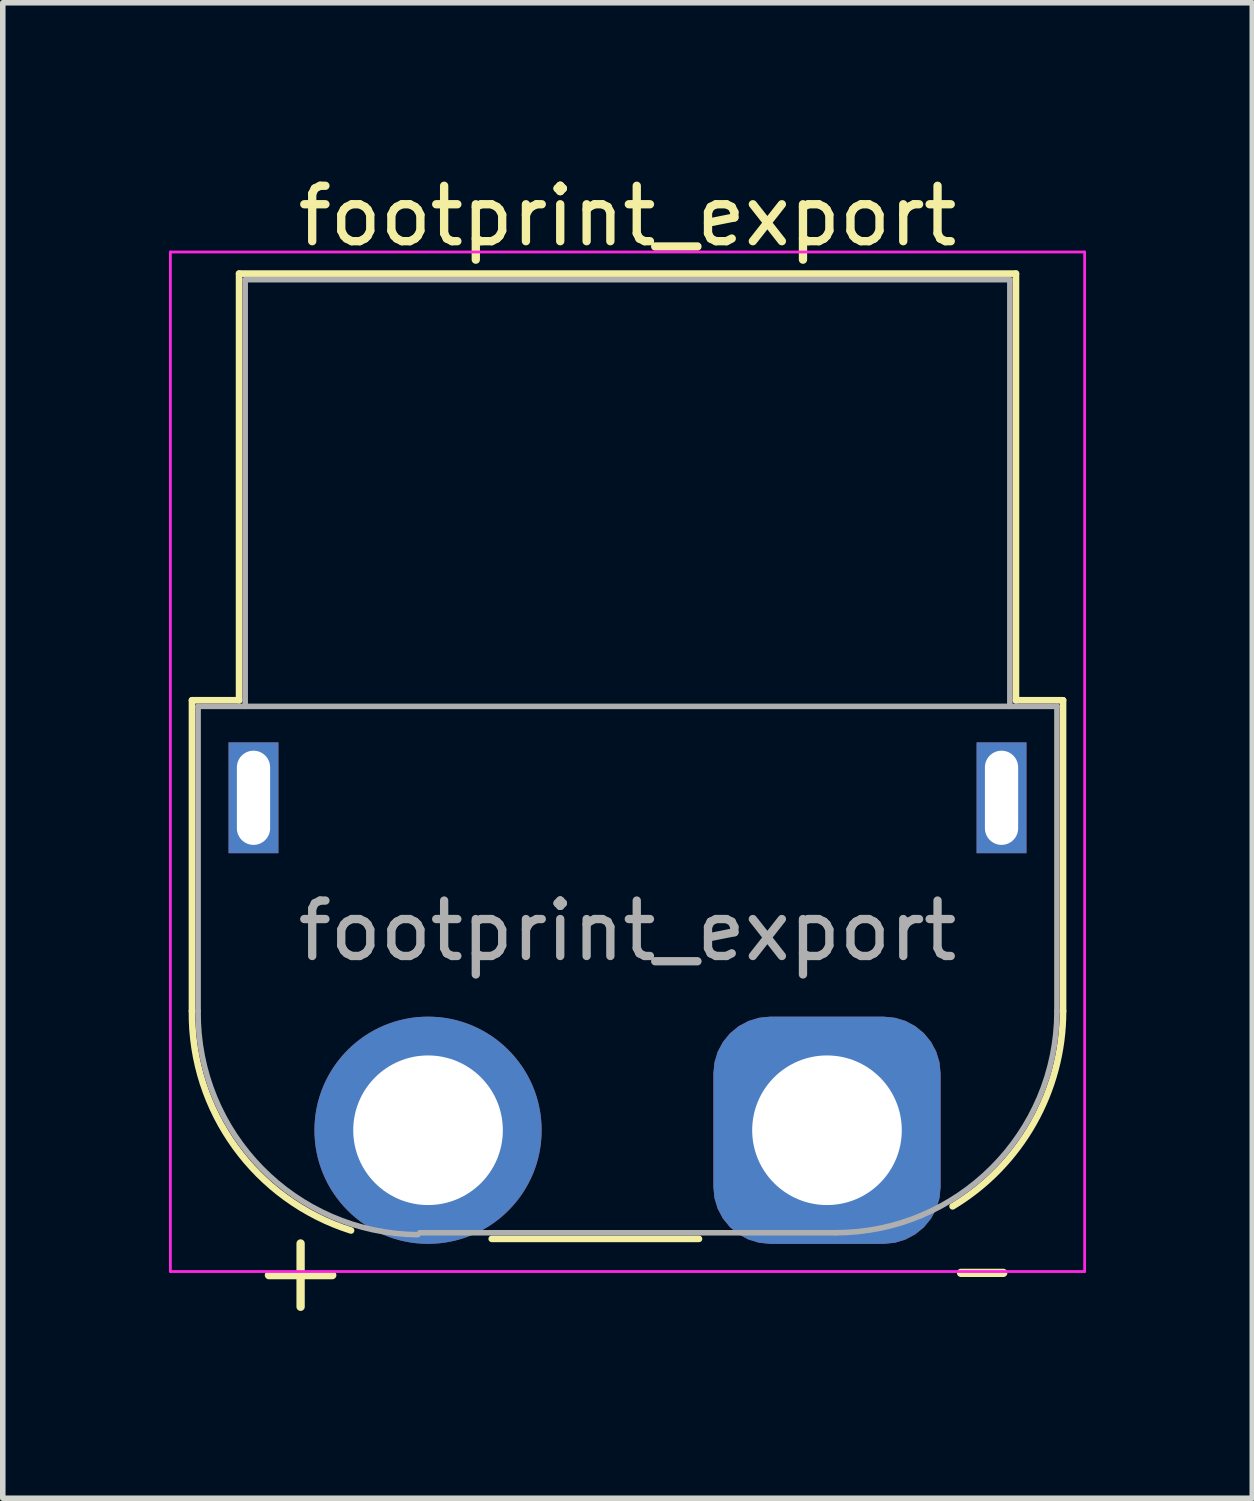
<source format=kicad_pcb>
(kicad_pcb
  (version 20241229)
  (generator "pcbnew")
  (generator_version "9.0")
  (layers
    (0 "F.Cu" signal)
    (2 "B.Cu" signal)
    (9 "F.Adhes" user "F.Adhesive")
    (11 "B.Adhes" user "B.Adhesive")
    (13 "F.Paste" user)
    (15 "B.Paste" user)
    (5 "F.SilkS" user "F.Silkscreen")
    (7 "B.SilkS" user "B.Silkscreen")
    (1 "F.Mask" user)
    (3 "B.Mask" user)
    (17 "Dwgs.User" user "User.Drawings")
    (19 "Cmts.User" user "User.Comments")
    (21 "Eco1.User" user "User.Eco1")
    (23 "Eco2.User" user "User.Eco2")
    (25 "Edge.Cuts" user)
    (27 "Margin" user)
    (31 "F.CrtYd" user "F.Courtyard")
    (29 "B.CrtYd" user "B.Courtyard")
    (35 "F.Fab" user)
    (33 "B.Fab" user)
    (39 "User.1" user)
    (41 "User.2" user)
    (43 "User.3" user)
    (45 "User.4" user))
  (footprint "footprint_export"
    (layer "F.Cu")
    (at 11.875 17.348)
    (property "Reference" "footprint_export" (at -3.6 -16.5 0) (layer "F.SilkS") (effects (font (size 1 1) (thickness 0.15))))
    (attr through_hole)
    (fp_line (start -11.46 -7.76) (end -11.46 -2.15) (stroke (width 0.12) (type solid)) (layer "F.SilkS"))
    (fp_line (start -11.46 -7.76) (end -10.61 -7.76) (stroke (width 0.12) (type solid)) (layer "F.SilkS"))
    (fp_line (start -10.61 -15.46) (end -10.61 -7.76) (stroke (width 0.12) (type solid)) (layer "F.SilkS"))
    (fp_line (start -10.61 -15.46) (end 3.41 -15.46) (stroke (width 0.12) (type solid)) (layer "F.SilkS"))
    (fp_line (start -6.05 1.96) (end -2.31 1.96) (stroke (width 0.12) (type solid)) (layer "F.SilkS"))
    (fp_line (start 3.41 -15.46) (end 3.41 -7.76) (stroke (width 0.12) (type solid)) (layer "F.SilkS"))
    (fp_line (start 3.41 -7.76) (end 4.26 -7.76) (stroke (width 0.12) (type solid)) (layer "F.SilkS"))
    (fp_line (start 4.26 -7.76) (end 4.26 -2.15) (stroke (width 0.12) (type solid)) (layer "F.SilkS"))
    (fp_arc (start -8.5899 1.808718) (mid -10.677645 0.302568) (end -11.46 -2.15) (stroke (width 0.12) (type solid)) (layer "F.SilkS"))
    (fp_arc (start 4.26 -2.15) (mid 3.727162 -0.126139) (end 2.266806 1.372958) (stroke (width 0.12) (type solid)) (layer "F.SilkS"))
    (fp_line (start -11.85 -15.85) (end -11.85 2.55) (stroke (width 0.05) (type solid)) (layer "F.CrtYd"))
    (fp_line (start -11.85 -15.85) (end 4.65 -15.85) (stroke (width 0.05) (type solid)) (layer "F.CrtYd"))
    (fp_line (start 4.65 2.55) (end -11.85 2.55) (stroke (width 0.05) (type solid)) (layer "F.CrtYd"))
    (fp_line (start 4.65 2.55) (end 4.65 -15.85) (stroke (width 0.05) (type solid)) (layer "F.CrtYd"))
    (fp_line (start -11.35 -7.65) (end -11.35 -2.15) (stroke (width 0.1) (type solid)) (layer "F.Fab"))
    (fp_line (start -11.35 -7.65) (end 4.15 -7.65) (stroke (width 0.1) (type solid)) (layer "F.Fab"))
    (fp_line (start -10.5 -15.35) (end 3.3 -15.35) (stroke (width 0.1) (type solid)) (layer "F.Fab"))
    (fp_line (start -10.5 -7.65) (end -10.5 -15.35) (stroke (width 0.1) (type solid)) (layer "F.Fab"))
    (fp_line (start -7.35 1.85) (end 0.15 1.85) (stroke (width 0.1) (type solid)) (layer "F.Fab"))
    (fp_line (start 3.3 -7.65) (end 3.3 -15.35) (stroke (width 0.1) (type solid)) (layer "F.Fab"))
    (fp_line (start 4.15 -7.65) (end 4.15 -2.15) (stroke (width 0.1) (type solid)) (layer "F.Fab"))
    (fp_arc (start -7.385 1.885) (mid -10.203176 0.688678) (end -11.35 -2.15) (stroke (width 0.1) (type solid)) (layer "F.Fab"))
    (fp_arc (start 4.15 -2.15) (mid 2.978427 0.678427) (end 0.15 1.85) (stroke (width 0.1) (type solid)) (layer "F.Fab"))
    (fp_text user "+" (at -9.5 2.5 0) (layer "F.SilkS") (effects (font (size 1.5 1.5) (thickness 0.15))))
    (fp_text user "-" (at 2.8 2.5 0) (layer "F.SilkS") (effects (font (size 1 1) (thickness 0.15))))
    (fp_text user "${REFERENCE}" (at -3.6 -3.6 0) (layer "F.Fab") (effects (font (size 1 1) (thickness 0.15))))
    (pad "" thru_hole rect (at -10.35 -6) (size 0.9 2) (drill oval 0.6 1.7) (layers "*.Cu" "*.Mask"))
    (pad "" thru_hole rect (at 3.15 -6) (size 0.9 2) (drill oval 0.6 1.7) (layers "*.Cu" "*.Mask"))
    (pad "1" thru_hole roundrect (at 0 0) (size 4.1 4.1) (drill 2.7) (layers "*.Cu" "*.Mask") (roundrect_rratio 0.25))
    (pad "2" thru_hole circle (at -7.2 0) (size 4.1 4.1) (drill 2.7) (layers "*.Cu" "*.Mask")))
  (gr_rect
    (start -3 -3)
    (end 19.55 23.989)
    (stroke (width 0.1) (type default))
    (fill no)
    (layer "Edge.Cuts")))
</source>
